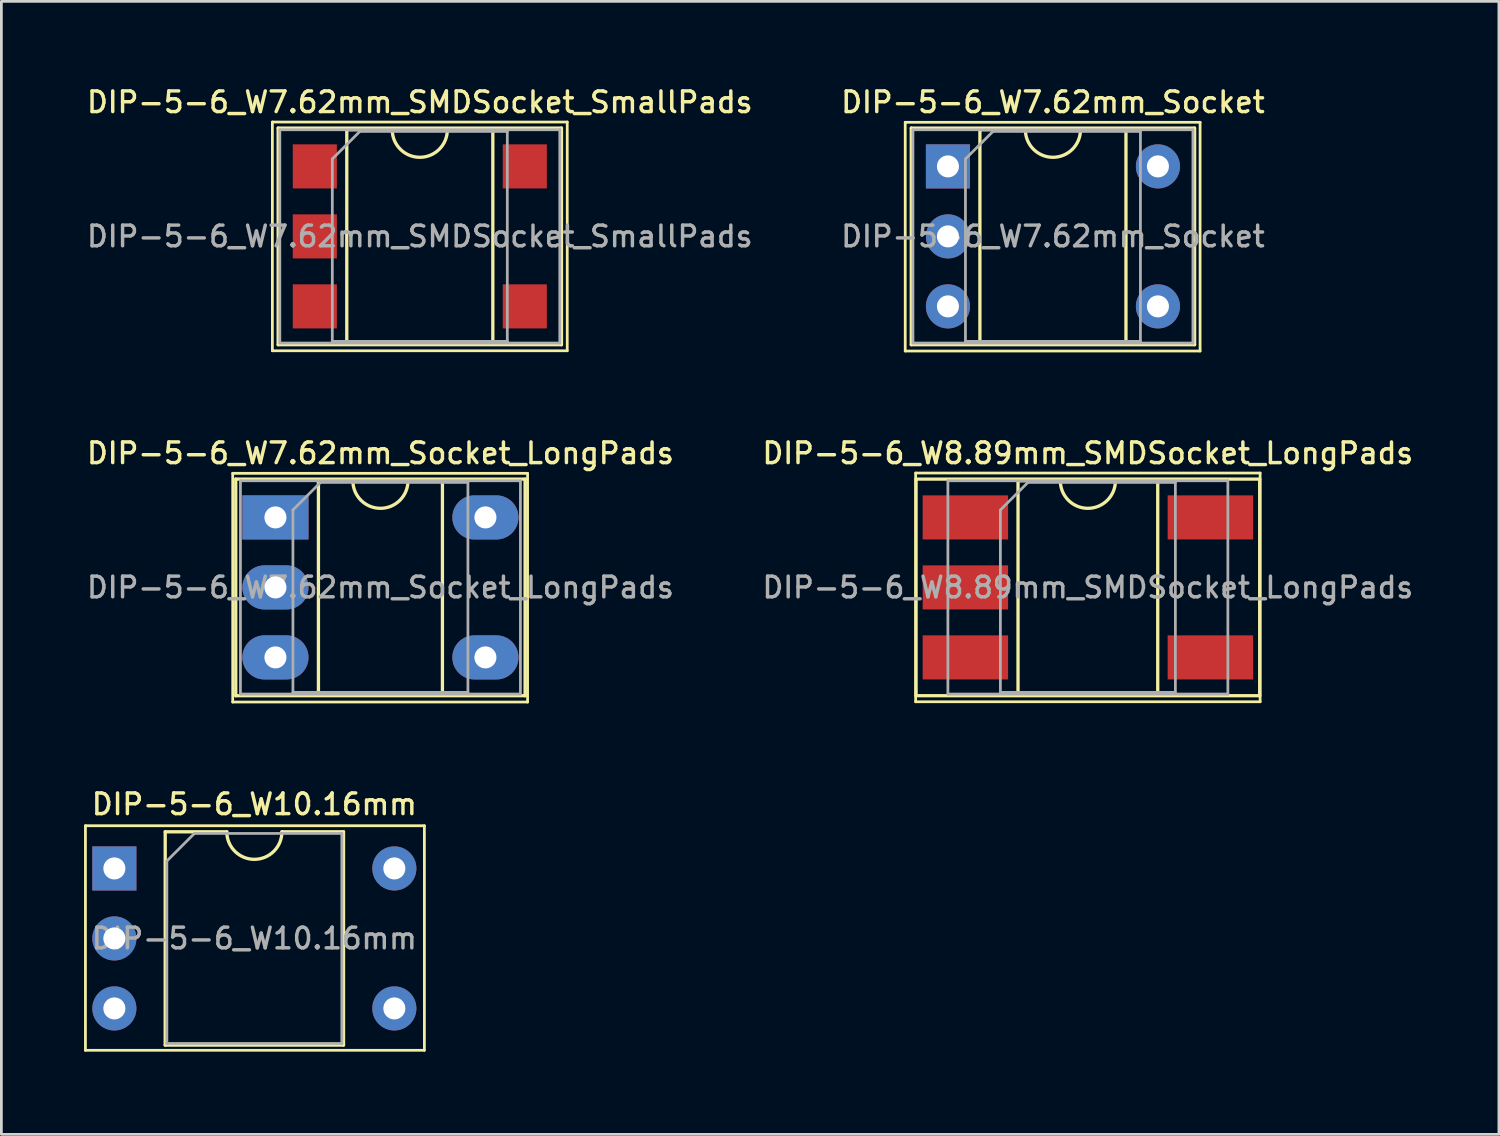
<source format=kicad_pcb>
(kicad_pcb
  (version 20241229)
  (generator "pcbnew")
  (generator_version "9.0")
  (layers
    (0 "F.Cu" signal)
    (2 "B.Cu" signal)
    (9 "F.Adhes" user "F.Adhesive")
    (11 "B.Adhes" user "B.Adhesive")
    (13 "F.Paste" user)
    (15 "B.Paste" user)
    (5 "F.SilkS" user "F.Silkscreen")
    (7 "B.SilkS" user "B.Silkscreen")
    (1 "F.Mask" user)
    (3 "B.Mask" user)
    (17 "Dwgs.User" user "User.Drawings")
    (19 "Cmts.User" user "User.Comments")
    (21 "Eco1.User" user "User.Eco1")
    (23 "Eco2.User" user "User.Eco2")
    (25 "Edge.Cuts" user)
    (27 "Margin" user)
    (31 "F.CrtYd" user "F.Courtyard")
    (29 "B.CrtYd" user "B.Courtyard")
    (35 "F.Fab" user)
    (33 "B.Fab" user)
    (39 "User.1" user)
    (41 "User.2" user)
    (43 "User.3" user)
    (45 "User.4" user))
  (footprint "DIP-5-6_W7.62mm_Socket"
    (layer "F.Cu")
    (at 31.349 2.988)
    (property "Reference" "DIP-5-6_W7.62mm_Socket" (at 3.81 -2.33 0) (layer "F.SilkS") (effects (font (size 0.75 0.75) (thickness 0.125))))
    (attr through_hole)
    (fp_line (start -1.55 -1.6) (end -1.55 6.7) (stroke (width 0.1) (type solid)) (layer "F.SilkS"))
    (fp_line (start -1.55 6.7) (end 9.15 6.7) (stroke (width 0.1) (type solid)) (layer "F.SilkS"))
    (fp_line (start -1.33 -1.39) (end -1.33 6.47) (stroke (width 0.12) (type solid)) (layer "F.SilkS"))
    (fp_line (start -1.33 6.47) (end 8.95 6.47) (stroke (width 0.12) (type solid)) (layer "F.SilkS"))
    (fp_line (start 1.16 -1.33) (end 1.16 6.41) (stroke (width 0.12) (type solid)) (layer "F.SilkS"))
    (fp_line (start 1.16 6.41) (end 6.46 6.41) (stroke (width 0.12) (type solid)) (layer "F.SilkS"))
    (fp_line (start 2.81 -1.33) (end 1.16 -1.33) (stroke (width 0.12) (type solid)) (layer "F.SilkS"))
    (fp_line (start 6.46 -1.33) (end 4.81 -1.33) (stroke (width 0.12) (type solid)) (layer "F.SilkS"))
    (fp_line (start 6.46 6.41) (end 6.46 -1.33) (stroke (width 0.12) (type solid)) (layer "F.SilkS"))
    (fp_line (start 8.95 -1.39) (end -1.33 -1.39) (stroke (width 0.12) (type solid)) (layer "F.SilkS"))
    (fp_line (start 8.95 6.47) (end 8.95 -1.39) (stroke (width 0.12) (type solid)) (layer "F.SilkS"))
    (fp_line (start 9.15 -1.6) (end -1.55 -1.6) (stroke (width 0.1) (type solid)) (layer "F.SilkS"))
    (fp_line (start 9.15 6.7) (end 9.15 -1.6) (stroke (width 0.1) (type solid)) (layer "F.SilkS"))
    (fp_arc (start 4.81 -1.33) (mid 3.81 -0.33) (end 2.81 -1.33) (stroke (width 0.12) (type solid)) (layer "F.SilkS"))
    (fp_line (start -1.27 -1.33) (end -1.27 6.41) (stroke (width 0.1) (type solid)) (layer "F.Fab"))
    (fp_line (start -1.27 6.41) (end 8.89 6.41) (stroke (width 0.1) (type solid)) (layer "F.Fab"))
    (fp_line (start 0.635 -0.27) (end 1.635 -1.27) (stroke (width 0.1) (type solid)) (layer "F.Fab"))
    (fp_line (start 0.635 6.35) (end 0.635 -0.27) (stroke (width 0.1) (type solid)) (layer "F.Fab"))
    (fp_line (start 1.635 -1.27) (end 6.985 -1.27) (stroke (width 0.1) (type solid)) (layer "F.Fab"))
    (fp_line (start 6.985 -1.27) (end 6.985 6.35) (stroke (width 0.1) (type solid)) (layer "F.Fab"))
    (fp_line (start 6.985 6.35) (end 0.635 6.35) (stroke (width 0.1) (type solid)) (layer "F.Fab"))
    (fp_line (start 8.89 -1.33) (end -1.27 -1.33) (stroke (width 0.1) (type solid)) (layer "F.Fab"))
    (fp_line (start 8.89 6.41) (end 8.89 -1.33) (stroke (width 0.1) (type solid)) (layer "F.Fab"))
    (fp_text user "${REFERENCE}" (at 3.81 2.54 0) (layer "F.Fab") (effects (font (size 0.75 0.75) (thickness 0.125))))
    (pad "1" thru_hole rect (at 0 0) (size 1.6 1.6) (drill 0.8) (layers "*.Cu" "*.Mask"))
    (pad "2" thru_hole oval (at 0 2.54) (size 1.6 1.6) (drill 0.8) (layers "*.Cu" "*.Mask"))
    (pad "3" thru_hole oval (at 0 5.08) (size 1.6 1.6) (drill 0.8) (layers "*.Cu" "*.Mask"))
    (pad "4" thru_hole oval (at 7.62 5.08) (size 1.6 1.6) (drill 0.8) (layers "*.Cu" "*.Mask"))
    (pad "6" thru_hole oval (at 7.62 0) (size 1.6 1.6) (drill 0.8) (layers "*.Cu" "*.Mask")))
  (footprint "DIP-5-6_W8.89mm_SMDSocket_LongPads"
    (layer "F.Cu")
    (at 36.427 18.266)
    (property "Reference" "DIP-5-6_W8.89mm_SMDSocket_LongPads" (at 0 -4.87 0) (layer "F.SilkS") (effects (font (size 0.75 0.75) (thickness 0.125))))
    (attr smd)
    (fp_line (start -6.25 -4.15) (end -6.25 4.15) (stroke (width 0.1) (type solid)) (layer "F.SilkS"))
    (fp_line (start -6.25 4.15) (end 6.25 4.15) (stroke (width 0.1) (type solid)) (layer "F.SilkS"))
    (fp_line (start -6.235 -3.93) (end -6.235 3.93) (stroke (width 0.12) (type solid)) (layer "F.SilkS"))
    (fp_line (start -6.235 3.93) (end 6.235 3.93) (stroke (width 0.12) (type solid)) (layer "F.SilkS"))
    (fp_line (start -2.535 -3.87) (end -2.535 3.87) (stroke (width 0.12) (type solid)) (layer "F.SilkS"))
    (fp_line (start -2.535 3.87) (end 2.535 3.87) (stroke (width 0.12) (type solid)) (layer "F.SilkS"))
    (fp_line (start -1 -3.87) (end -2.535 -3.87) (stroke (width 0.12) (type solid)) (layer "F.SilkS"))
    (fp_line (start 2.535 -3.87) (end 1 -3.87) (stroke (width 0.12) (type solid)) (layer "F.SilkS"))
    (fp_line (start 2.535 3.87) (end 2.535 -3.87) (stroke (width 0.12) (type solid)) (layer "F.SilkS"))
    (fp_line (start 6.235 -3.93) (end -6.235 -3.93) (stroke (width 0.12) (type solid)) (layer "F.SilkS"))
    (fp_line (start 6.235 3.93) (end 6.235 -3.93) (stroke (width 0.12) (type solid)) (layer "F.SilkS"))
    (fp_line (start 6.25 -4.15) (end -6.25 -4.15) (stroke (width 0.1) (type solid)) (layer "F.SilkS"))
    (fp_line (start 6.25 4.15) (end 6.25 -4.15) (stroke (width 0.1) (type solid)) (layer "F.SilkS"))
    (fp_arc (start 1 -3.87) (mid 0 -2.87) (end -1 -3.87) (stroke (width 0.12) (type solid)) (layer "F.SilkS"))
    (fp_line (start -5.08 -3.87) (end -5.08 3.87) (stroke (width 0.1) (type solid)) (layer "F.Fab"))
    (fp_line (start -5.08 3.87) (end 5.08 3.87) (stroke (width 0.1) (type solid)) (layer "F.Fab"))
    (fp_line (start -3.175 -2.81) (end -2.175 -3.81) (stroke (width 0.1) (type solid)) (layer "F.Fab"))
    (fp_line (start -3.175 3.81) (end -3.175 -2.81) (stroke (width 0.1) (type solid)) (layer "F.Fab"))
    (fp_line (start -2.175 -3.81) (end 3.175 -3.81) (stroke (width 0.1) (type solid)) (layer "F.Fab"))
    (fp_line (start 3.175 -3.81) (end 3.175 3.81) (stroke (width 0.1) (type solid)) (layer "F.Fab"))
    (fp_line (start 3.175 3.81) (end -3.175 3.81) (stroke (width 0.1) (type solid)) (layer "F.Fab"))
    (fp_line (start 5.08 -3.87) (end -5.08 -3.87) (stroke (width 0.1) (type solid)) (layer "F.Fab"))
    (fp_line (start 5.08 3.87) (end 5.08 -3.87) (stroke (width 0.1) (type solid)) (layer "F.Fab"))
    (fp_text user "${REFERENCE}" (at 0 0 0) (layer "F.Fab") (effects (font (size 0.75 0.75) (thickness 0.125))))
    (pad "1" smd rect (at -4.445 -2.54) (size 3.1 1.6) (layers "F.Cu" "F.Mask" "F.Paste"))
    (pad "2" smd rect (at -4.445 0) (size 3.1 1.6) (layers "F.Cu" "F.Mask" "F.Paste"))
    (pad "3" smd rect (at -4.445 2.54) (size 3.1 1.6) (layers "F.Cu" "F.Mask" "F.Paste"))
    (pad "4" smd rect (at 4.445 2.54) (size 3.1 1.6) (layers "F.Cu" "F.Mask" "F.Paste"))
    (pad "6" smd rect (at 4.445 -2.54) (size 3.1 1.6) (layers "F.Cu" "F.Mask" "F.Paste")))
  (footprint "DIP-5-6_W7.62mm_Socket_LongPads"
    (layer "F.Cu")
    (at 6.945 15.726)
    (property "Reference" "DIP-5-6_W7.62mm_Socket_LongPads" (at 3.81 -2.33 0) (layer "F.SilkS") (effects (font (size 0.75 0.75) (thickness 0.125))))
    (attr through_hole)
    (fp_line (start -1.55 -1.6) (end -1.55 6.7) (stroke (width 0.1) (type solid)) (layer "F.SilkS"))
    (fp_line (start -1.55 6.7) (end 9.15 6.7) (stroke (width 0.1) (type solid)) (layer "F.SilkS"))
    (fp_line (start -1.44 -1.39) (end -1.44 6.47) (stroke (width 0.12) (type solid)) (layer "F.SilkS"))
    (fp_line (start -1.44 6.47) (end 9.06 6.47) (stroke (width 0.12) (type solid)) (layer "F.SilkS"))
    (fp_line (start 1.56 -1.33) (end 1.56 6.41) (stroke (width 0.12) (type solid)) (layer "F.SilkS"))
    (fp_line (start 1.56 6.41) (end 6.06 6.41) (stroke (width 0.12) (type solid)) (layer "F.SilkS"))
    (fp_line (start 2.81 -1.33) (end 1.56 -1.33) (stroke (width 0.12) (type solid)) (layer "F.SilkS"))
    (fp_line (start 6.06 -1.33) (end 4.81 -1.33) (stroke (width 0.12) (type solid)) (layer "F.SilkS"))
    (fp_line (start 6.06 6.41) (end 6.06 -1.33) (stroke (width 0.12) (type solid)) (layer "F.SilkS"))
    (fp_line (start 9.06 -1.39) (end -1.44 -1.39) (stroke (width 0.12) (type solid)) (layer "F.SilkS"))
    (fp_line (start 9.06 6.47) (end 9.06 -1.39) (stroke (width 0.12) (type solid)) (layer "F.SilkS"))
    (fp_line (start 9.15 -1.6) (end -1.55 -1.6) (stroke (width 0.1) (type solid)) (layer "F.SilkS"))
    (fp_line (start 9.15 6.7) (end 9.15 -1.6) (stroke (width 0.1) (type solid)) (layer "F.SilkS"))
    (fp_arc (start 4.81 -1.33) (mid 3.81 -0.33) (end 2.81 -1.33) (stroke (width 0.12) (type solid)) (layer "F.SilkS"))
    (fp_line (start -1.27 -1.33) (end -1.27 6.41) (stroke (width 0.1) (type solid)) (layer "F.Fab"))
    (fp_line (start -1.27 6.41) (end 8.89 6.41) (stroke (width 0.1) (type solid)) (layer "F.Fab"))
    (fp_line (start 0.635 -0.27) (end 1.635 -1.27) (stroke (width 0.1) (type solid)) (layer "F.Fab"))
    (fp_line (start 0.635 6.35) (end 0.635 -0.27) (stroke (width 0.1) (type solid)) (layer "F.Fab"))
    (fp_line (start 1.635 -1.27) (end 6.985 -1.27) (stroke (width 0.1) (type solid)) (layer "F.Fab"))
    (fp_line (start 6.985 -1.27) (end 6.985 6.35) (stroke (width 0.1) (type solid)) (layer "F.Fab"))
    (fp_line (start 6.985 6.35) (end 0.635 6.35) (stroke (width 0.1) (type solid)) (layer "F.Fab"))
    (fp_line (start 8.89 -1.33) (end -1.27 -1.33) (stroke (width 0.1) (type solid)) (layer "F.Fab"))
    (fp_line (start 8.89 6.41) (end 8.89 -1.33) (stroke (width 0.1) (type solid)) (layer "F.Fab"))
    (fp_text user "${REFERENCE}" (at 3.81 2.54 0) (layer "F.Fab") (effects (font (size 0.75 0.75) (thickness 0.125))))
    (pad "1" thru_hole rect (at 0 0) (size 2.4 1.6) (drill 0.8) (layers "*.Cu" "*.Mask"))
    (pad "2" thru_hole oval (at 0 2.54) (size 2.4 1.6) (drill 0.8) (layers "*.Cu" "*.Mask"))
    (pad "3" thru_hole oval (at 0 5.08) (size 2.4 1.6) (drill 0.8) (layers "*.Cu" "*.Mask"))
    (pad "4" thru_hole oval (at 7.62 5.08) (size 2.4 1.6) (drill 0.8) (layers "*.Cu" "*.Mask"))
    (pad "6" thru_hole oval (at 7.62 0) (size 2.4 1.6) (drill 0.8) (layers "*.Cu" "*.Mask")))
  (footprint "DIP-5-6_W7.62mm_SMDSocket_SmallPads"
    (layer "F.Cu")
    (at 12.184 5.528)
    (property "Reference" "DIP-5-6_W7.62mm_SMDSocket_SmallPads" (at 0 -4.87 0) (layer "F.SilkS") (effects (font (size 0.75 0.75) (thickness 0.125))))
    (attr smd)
    (fp_line (start -5.35 -4.15) (end -5.35 4.15) (stroke (width 0.1) (type solid)) (layer "F.SilkS"))
    (fp_line (start -5.35 4.15) (end 5.35 4.15) (stroke (width 0.1) (type solid)) (layer "F.SilkS"))
    (fp_line (start -5.14 -3.93) (end -5.14 3.93) (stroke (width 0.12) (type solid)) (layer "F.SilkS"))
    (fp_line (start -5.14 3.93) (end 5.14 3.93) (stroke (width 0.12) (type solid)) (layer "F.SilkS"))
    (fp_line (start -2.65 -3.87) (end -2.65 3.87) (stroke (width 0.12) (type solid)) (layer "F.SilkS"))
    (fp_line (start -2.65 3.87) (end 2.65 3.87) (stroke (width 0.12) (type solid)) (layer "F.SilkS"))
    (fp_line (start -1 -3.87) (end -2.65 -3.87) (stroke (width 0.12) (type solid)) (layer "F.SilkS"))
    (fp_line (start 2.65 -3.87) (end 1 -3.87) (stroke (width 0.12) (type solid)) (layer "F.SilkS"))
    (fp_line (start 2.65 3.87) (end 2.65 -3.87) (stroke (width 0.12) (type solid)) (layer "F.SilkS"))
    (fp_line (start 5.14 -3.93) (end -5.14 -3.93) (stroke (width 0.12) (type solid)) (layer "F.SilkS"))
    (fp_line (start 5.14 3.93) (end 5.14 -3.93) (stroke (width 0.12) (type solid)) (layer "F.SilkS"))
    (fp_line (start 5.35 -4.15) (end -5.35 -4.15) (stroke (width 0.1) (type solid)) (layer "F.SilkS"))
    (fp_line (start 5.35 4.15) (end 5.35 -4.15) (stroke (width 0.1) (type solid)) (layer "F.SilkS"))
    (fp_arc (start 1 -3.87) (mid 0 -2.87) (end -1 -3.87) (stroke (width 0.12) (type solid)) (layer "F.SilkS"))
    (fp_line (start -5.08 -3.87) (end -5.08 3.87) (stroke (width 0.1) (type solid)) (layer "F.Fab"))
    (fp_line (start -5.08 3.87) (end 5.08 3.87) (stroke (width 0.1) (type solid)) (layer "F.Fab"))
    (fp_line (start -3.175 -2.81) (end -2.175 -3.81) (stroke (width 0.1) (type solid)) (layer "F.Fab"))
    (fp_line (start -3.175 3.81) (end -3.175 -2.81) (stroke (width 0.1) (type solid)) (layer "F.Fab"))
    (fp_line (start -2.175 -3.81) (end 3.175 -3.81) (stroke (width 0.1) (type solid)) (layer "F.Fab"))
    (fp_line (start 3.175 -3.81) (end 3.175 3.81) (stroke (width 0.1) (type solid)) (layer "F.Fab"))
    (fp_line (start 3.175 3.81) (end -3.175 3.81) (stroke (width 0.1) (type solid)) (layer "F.Fab"))
    (fp_line (start 5.08 -3.87) (end -5.08 -3.87) (stroke (width 0.1) (type solid)) (layer "F.Fab"))
    (fp_line (start 5.08 3.87) (end 5.08 -3.87) (stroke (width 0.1) (type solid)) (layer "F.Fab"))
    (fp_text user "${REFERENCE}" (at 0 0 0) (layer "F.Fab") (effects (font (size 0.75 0.75) (thickness 0.125))))
    (pad "1" smd rect (at -3.81 -2.54) (size 1.6 1.6) (layers "F.Cu" "F.Mask" "F.Paste"))
    (pad "2" smd rect (at -3.81 0) (size 1.6 1.6) (layers "F.Cu" "F.Mask" "F.Paste"))
    (pad "3" smd rect (at -3.81 2.54) (size 1.6 1.6) (layers "F.Cu" "F.Mask" "F.Paste"))
    (pad "4" smd rect (at 3.81 2.54) (size 1.6 1.6) (layers "F.Cu" "F.Mask" "F.Paste"))
    (pad "6" smd rect (at 3.81 -2.54) (size 1.6 1.6) (layers "F.Cu" "F.Mask" "F.Paste")))
  (footprint "DIP-5-6_W10.16mm"
    (layer "F.Cu")
    (at 1.1 28.464)
    (property "Reference" "DIP-5-6_W10.16mm" (at 5.08 -2.33 0) (layer "F.SilkS") (effects (font (size 0.75 0.75) (thickness 0.125))))
    (attr through_hole)
    (fp_line (start -1.05 -1.55) (end -1.05 6.6) (stroke (width 0.1) (type solid)) (layer "F.SilkS"))
    (fp_line (start -1.05 6.6) (end 11.25 6.6) (stroke (width 0.1) (type solid)) (layer "F.SilkS"))
    (fp_line (start 1.845 -1.33) (end 1.845 6.41) (stroke (width 0.12) (type solid)) (layer "F.SilkS"))
    (fp_line (start 1.845 6.41) (end 8.315 6.41) (stroke (width 0.12) (type solid)) (layer "F.SilkS"))
    (fp_line (start 4.08 -1.33) (end 1.845 -1.33) (stroke (width 0.12) (type solid)) (layer "F.SilkS"))
    (fp_line (start 8.315 -1.33) (end 6.08 -1.33) (stroke (width 0.12) (type solid)) (layer "F.SilkS"))
    (fp_line (start 8.315 6.41) (end 8.315 -1.33) (stroke (width 0.12) (type solid)) (layer "F.SilkS"))
    (fp_line (start 11.25 -1.55) (end -1.05 -1.55) (stroke (width 0.1) (type solid)) (layer "F.SilkS"))
    (fp_line (start 11.25 6.6) (end 11.25 -1.55) (stroke (width 0.1) (type solid)) (layer "F.SilkS"))
    (fp_arc (start 6.08 -1.33) (mid 5.08 -0.33) (end 4.08 -1.33) (stroke (width 0.12) (type solid)) (layer "F.SilkS"))
    (fp_line (start 1.905 -0.27) (end 2.905 -1.27) (stroke (width 0.1) (type solid)) (layer "F.Fab"))
    (fp_line (start 1.905 6.35) (end 1.905 -0.27) (stroke (width 0.1) (type solid)) (layer "F.Fab"))
    (fp_line (start 2.905 -1.27) (end 8.255 -1.27) (stroke (width 0.1) (type solid)) (layer "F.Fab"))
    (fp_line (start 8.255 -1.27) (end 8.255 6.35) (stroke (width 0.1) (type solid)) (layer "F.Fab"))
    (fp_line (start 8.255 6.35) (end 1.905 6.35) (stroke (width 0.1) (type solid)) (layer "F.Fab"))
    (fp_text user "${REFERENCE}" (at 5.08 2.54 0) (layer "F.Fab") (effects (font (size 0.75 0.75) (thickness 0.125))))
    (pad "1" thru_hole rect (at 0 0) (size 1.6 1.6) (drill 0.8) (layers "*.Cu" "*.Mask"))
    (pad "2" thru_hole oval (at 0 2.54) (size 1.6 1.6) (drill 0.8) (layers "*.Cu" "*.Mask"))
    (pad "3" thru_hole oval (at 0 5.08) (size 1.6 1.6) (drill 0.8) (layers "*.Cu" "*.Mask"))
    (pad "4" thru_hole oval (at 10.16 5.08) (size 1.6 1.6) (drill 0.8) (layers "*.Cu" "*.Mask"))
    (pad "6" thru_hole oval (at 10.16 0) (size 1.6 1.6) (drill 0.8) (layers "*.Cu" "*.Mask")))
  (gr_rect
    (start -3 -3)
    (end 51.343 38.114)
    (stroke (width 0.1) (type default))
    (fill no)
    (layer "Edge.Cuts")))
</source>
